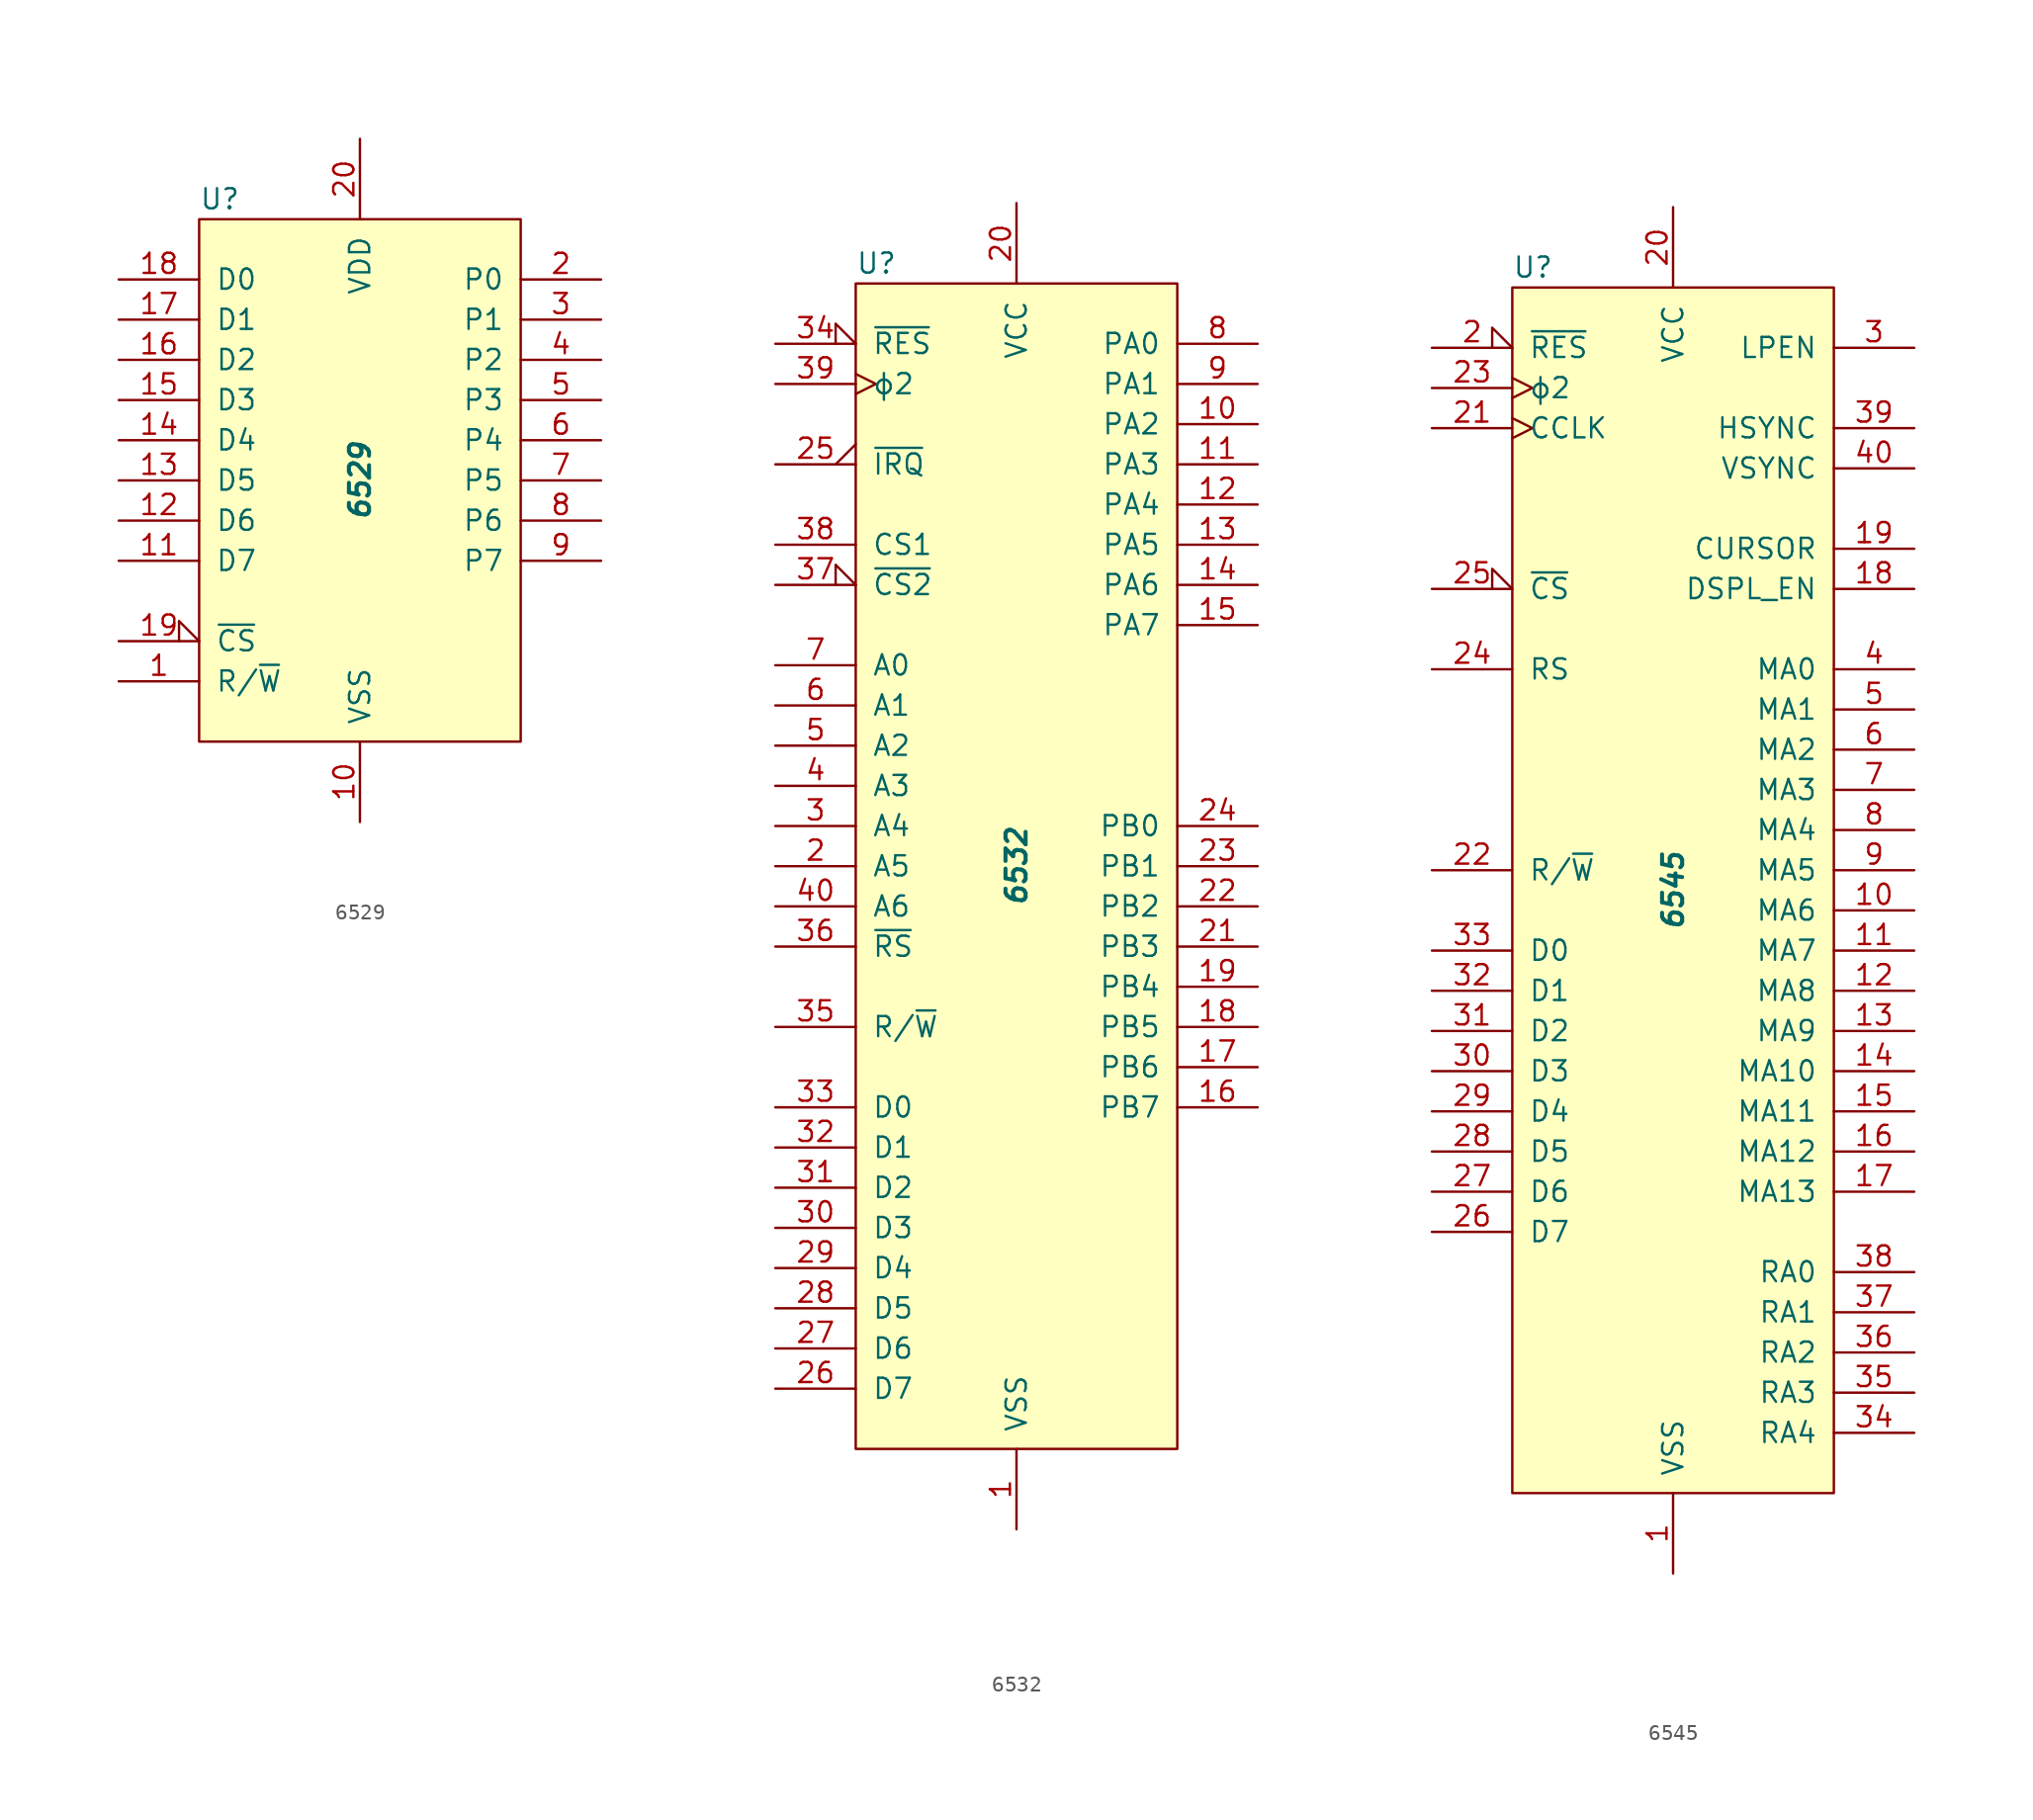
<source format=kicad_sym>
(kicad_symbol_lib
  (version 20201005)
  (generator kicad_symbol_editor)
  (symbol "6529"
    (pin_names
      (offset 1.016))
    (property "Reference" "U"
      (at -10.16 17.78 0)
      (effects (font (size 1.27 1.27)) (justify left)))
    (property "Value" "6529"
      (at 0 0 90)
      (effects (font (size 1.27 1.27) bold italic)))
    (symbol "6529_0_1"
      (rectangle (start -10.16 16.51) (end 10.16 -16.51) (stroke (width 0)) (fill (type background))))
    (symbol "6529_1_1"
      (pin input line (at -15.24 -12.7 0) (length 5.08) (name "R/~W" (effects (font (size 1.27 1.27)))) (number "1" (effects (font (size 1.27 1.27)))))
      (pin power_in line (at 0 -21.59 90) (length 5.08) (name "VSS" (effects (font (size 1.27 1.27)))) (number "10" (effects (font (size 1.27 1.27)))))
      (pin bidirectional line (at -15.24 -5.08 0) (length 5.08) (name "D7" (effects (font (size 1.27 1.27)))) (number "11" (effects (font (size 1.27 1.27)))))
      (pin bidirectional line (at -15.24 -2.54 0) (length 5.08) (name "D6" (effects (font (size 1.27 1.27)))) (number "12" (effects (font (size 1.27 1.27)))))
      (pin bidirectional line (at -15.24 0 0) (length 5.08) (name "D5" (effects (font (size 1.27 1.27)))) (number "13" (effects (font (size 1.27 1.27)))))
      (pin bidirectional line (at -15.24 2.54 0) (length 5.08) (name "D4" (effects (font (size 1.27 1.27)))) (number "14" (effects (font (size 1.27 1.27)))))
      (pin bidirectional line (at -15.24 5.08 0) (length 5.08) (name "D3" (effects (font (size 1.27 1.27)))) (number "15" (effects (font (size 1.27 1.27)))))
      (pin bidirectional line (at -15.24 7.62 0) (length 5.08) (name "D2" (effects (font (size 1.27 1.27)))) (number "16" (effects (font (size 1.27 1.27)))))
      (pin bidirectional line (at -15.24 10.16 0) (length 5.08) (name "D1" (effects (font (size 1.27 1.27)))) (number "17" (effects (font (size 1.27 1.27)))))
      (pin bidirectional line (at -15.24 12.7 0) (length 5.08) (name "D0" (effects (font (size 1.27 1.27)))) (number "18" (effects (font (size 1.27 1.27)))))
      (pin input input_low (at -15.24 -10.16 0) (length 5.08) (name "~CS" (effects (font (size 1.27 1.27)))) (number "19" (effects (font (size 1.27 1.27)))))
      (pin bidirectional line (at 15.24 12.7 180) (length 5.08) (name "P0" (effects (font (size 1.27 1.27)))) (number "2" (effects (font (size 1.27 1.27)))))
      (pin power_in line (at 0 21.59 270) (length 5.08) (name "VDD" (effects (font (size 1.27 1.27)))) (number "20" (effects (font (size 1.27 1.27)))))
      (pin bidirectional line (at 15.24 10.16 180) (length 5.08) (name "P1" (effects (font (size 1.27 1.27)))) (number "3" (effects (font (size 1.27 1.27)))))
      (pin bidirectional line (at 15.24 7.62 180) (length 5.08) (name "P2" (effects (font (size 1.27 1.27)))) (number "4" (effects (font (size 1.27 1.27)))))
      (pin bidirectional line (at 15.24 5.08 180) (length 5.08) (name "P3" (effects (font (size 1.27 1.27)))) (number "5" (effects (font (size 1.27 1.27)))))
      (pin bidirectional line (at 15.24 2.54 180) (length 5.08) (name "P4" (effects (font (size 1.27 1.27)))) (number "6" (effects (font (size 1.27 1.27)))))
      (pin bidirectional line (at 15.24 0 180) (length 5.08) (name "P5" (effects (font (size 1.27 1.27)))) (number "7" (effects (font (size 1.27 1.27)))))
      (pin bidirectional line (at 15.24 -2.54 180) (length 5.08) (name "P6" (effects (font (size 1.27 1.27)))) (number "8" (effects (font (size 1.27 1.27)))))
      (pin bidirectional line (at 15.24 -5.08 180) (length 5.08) (name "P7" (effects (font (size 1.27 1.27)))) (number "9" (effects (font (size 1.27 1.27)))))))
  (symbol "6532"
    (pin_names
      (offset 1.016))
    (property "Reference" "U"
      (at -10.16 38.1 0)
      (effects (font (size 1.27 1.27)) (justify left)))
    (property "Value" "6532"
      (at 0 0 90)
      (effects (font (size 1.27 1.27) bold italic)))
    (symbol "6532_1_1"
      (rectangle (start -10.16 -36.83) (end 10.16 36.83) (stroke (width 0)) (fill (type background)))
      (pin power_in line (at 0 -41.91 90) (length 5.08) (name "VSS" (effects (font (size 1.27 1.27)))) (number "1" (effects (font (size 1.27 1.27)))))
      (pin bidirectional line (at 15.24 27.94 180) (length 5.08) (name "PA2" (effects (font (size 1.27 1.27)))) (number "10" (effects (font (size 1.27 1.27)))))
      (pin bidirectional line (at 15.24 25.4 180) (length 5.08) (name "PA3" (effects (font (size 1.27 1.27)))) (number "11" (effects (font (size 1.27 1.27)))))
      (pin bidirectional line (at 15.24 22.86 180) (length 5.08) (name "PA4" (effects (font (size 1.27 1.27)))) (number "12" (effects (font (size 1.27 1.27)))))
      (pin bidirectional line (at 15.24 20.32 180) (length 5.08) (name "PA5" (effects (font (size 1.27 1.27)))) (number "13" (effects (font (size 1.27 1.27)))))
      (pin bidirectional line (at 15.24 17.78 180) (length 5.08) (name "PA6" (effects (font (size 1.27 1.27)))) (number "14" (effects (font (size 1.27 1.27)))))
      (pin bidirectional line (at 15.24 15.24 180) (length 5.08) (name "PA7" (effects (font (size 1.27 1.27)))) (number "15" (effects (font (size 1.27 1.27)))))
      (pin bidirectional line (at 15.24 -15.24 180) (length 5.08) (name "PB7" (effects (font (size 1.27 1.27)))) (number "16" (effects (font (size 1.27 1.27)))))
      (pin bidirectional line (at 15.24 -12.7 180) (length 5.08) (name "PB6" (effects (font (size 1.27 1.27)))) (number "17" (effects (font (size 1.27 1.27)))))
      (pin bidirectional line (at 15.24 -10.16 180) (length 5.08) (name "PB5" (effects (font (size 1.27 1.27)))) (number "18" (effects (font (size 1.27 1.27)))))
      (pin bidirectional line (at 15.24 -7.62 180) (length 5.08) (name "PB4" (effects (font (size 1.27 1.27)))) (number "19" (effects (font (size 1.27 1.27)))))
      (pin input line (at -15.24 0 0) (length 5.08) (name "A5" (effects (font (size 1.27 1.27)))) (number "2" (effects (font (size 1.27 1.27)))))
      (pin power_in line (at 0 41.91 270) (length 5.08) (name "VCC" (effects (font (size 1.27 1.27)))) (number "20" (effects (font (size 1.27 1.27)))))
      (pin bidirectional line (at 15.24 -5.08 180) (length 5.08) (name "PB3" (effects (font (size 1.27 1.27)))) (number "21" (effects (font (size 1.27 1.27)))))
      (pin bidirectional line (at 15.24 -2.54 180) (length 5.08) (name "PB2" (effects (font (size 1.27 1.27)))) (number "22" (effects (font (size 1.27 1.27)))))
      (pin bidirectional line (at 15.24 0 180) (length 5.08) (name "PB1" (effects (font (size 1.27 1.27)))) (number "23" (effects (font (size 1.27 1.27)))))
      (pin bidirectional line (at 15.24 2.54 180) (length 5.08) (name "PB0" (effects (font (size 1.27 1.27)))) (number "24" (effects (font (size 1.27 1.27)))))
      (pin open_collector output_low (at -15.24 25.4 0) (length 5.08) (name "~IRQ" (effects (font (size 1.27 1.27)))) (number "25" (effects (font (size 1.27 1.27)))))
      (pin bidirectional line (at -15.24 -33.02 0) (length 5.08) (name "D7" (effects (font (size 1.27 1.27)))) (number "26" (effects (font (size 1.27 1.27)))))
      (pin bidirectional line (at -15.24 -30.48 0) (length 5.08) (name "D6" (effects (font (size 1.27 1.27)))) (number "27" (effects (font (size 1.27 1.27)))))
      (pin bidirectional line (at -15.24 -27.94 0) (length 5.08) (name "D5" (effects (font (size 1.27 1.27)))) (number "28" (effects (font (size 1.27 1.27)))))
      (pin bidirectional line (at -15.24 -25.4 0) (length 5.08) (name "D4" (effects (font (size 1.27 1.27)))) (number "29" (effects (font (size 1.27 1.27)))))
      (pin input line (at -15.24 2.54 0) (length 5.08) (name "A4" (effects (font (size 1.27 1.27)))) (number "3" (effects (font (size 1.27 1.27)))))
      (pin bidirectional line (at -15.24 -22.86 0) (length 5.08) (name "D3" (effects (font (size 1.27 1.27)))) (number "30" (effects (font (size 1.27 1.27)))))
      (pin bidirectional line (at -15.24 -20.32 0) (length 5.08) (name "D2" (effects (font (size 1.27 1.27)))) (number "31" (effects (font (size 1.27 1.27)))))
      (pin bidirectional line (at -15.24 -17.78 0) (length 5.08) (name "D1" (effects (font (size 1.27 1.27)))) (number "32" (effects (font (size 1.27 1.27)))))
      (pin bidirectional line (at -15.24 -15.24 0) (length 5.08) (name "D0" (effects (font (size 1.27 1.27)))) (number "33" (effects (font (size 1.27 1.27)))))
      (pin input input_low (at -15.24 33.02 0) (length 5.08) (name "~RES" (effects (font (size 1.27 1.27)))) (number "34" (effects (font (size 1.27 1.27)))))
      (pin input line (at -15.24 -10.16 0) (length 5.08) (name "R/~W" (effects (font (size 1.27 1.27)))) (number "35" (effects (font (size 1.27 1.27)))))
      (pin input line (at -15.24 -5.08 0) (length 5.08) (name "~RS" (effects (font (size 1.27 1.27)))) (number "36" (effects (font (size 1.27 1.27)))))
      (pin input input_low (at -15.24 17.78 0) (length 5.08) (name "~CS2" (effects (font (size 1.27 1.27)))) (number "37" (effects (font (size 1.27 1.27)))))
      (pin input line (at -15.24 20.32 0) (length 5.08) (name "CS1" (effects (font (size 1.27 1.27)))) (number "38" (effects (font (size 1.27 1.27)))))
      (pin input clock (at -15.24 30.48 0) (length 5.08) (name "ϕ2" (effects (font (size 1.27 1.27)))) (number "39" (effects (font (size 1.27 1.27)))))
      (pin input line (at -15.24 5.08 0) (length 5.08) (name "A3" (effects (font (size 1.27 1.27)))) (number "4" (effects (font (size 1.27 1.27)))))
      (pin input line (at -15.24 -2.54 0) (length 5.08) (name "A6" (effects (font (size 1.27 1.27)))) (number "40" (effects (font (size 1.27 1.27)))))
      (pin input line (at -15.24 7.62 0) (length 5.08) (name "A2" (effects (font (size 1.27 1.27)))) (number "5" (effects (font (size 1.27 1.27)))))
      (pin input line (at -15.24 10.16 0) (length 5.08) (name "A1" (effects (font (size 1.27 1.27)))) (number "6" (effects (font (size 1.27 1.27)))))
      (pin input line (at -15.24 12.7 0) (length 5.08) (name "A0" (effects (font (size 1.27 1.27)))) (number "7" (effects (font (size 1.27 1.27)))))
      (pin bidirectional line (at 15.24 33.02 180) (length 5.08) (name "PA0" (effects (font (size 1.27 1.27)))) (number "8" (effects (font (size 1.27 1.27)))))
      (pin bidirectional line (at 15.24 30.48 180) (length 5.08) (name "PA1" (effects (font (size 1.27 1.27)))) (number "9" (effects (font (size 1.27 1.27)))))))
  (symbol "6545"
    (pin_names
      (offset 1.016))
    (property "Reference" "U"
      (at -10.16 39.37 0)
      (effects (font (size 1.27 1.27)) (justify left)))
    (property "Value" "6545"
      (at 0 0 90)
      (effects (font (size 1.27 1.27) bold italic)))
    (symbol "6545_0_1"
      (rectangle (start -10.16 38.1) (end 10.16 -38.1) (stroke (width 0)) (fill (type background))))
    (symbol "6545_1_1"
      (pin power_in line (at 0 -43.18 90) (length 5.08) (name "VSS" (effects (font (size 1.27 1.27)))) (number "1" (effects (font (size 1.27 1.27)))))
      (pin output line (at 15.24 -1.27 180) (length 5.08) (name "MA6" (effects (font (size 1.27 1.27)))) (number "10" (effects (font (size 1.27 1.27)))))
      (pin output line (at 15.24 -3.81 180) (length 5.08) (name "MA7" (effects (font (size 1.27 1.27)))) (number "11" (effects (font (size 1.27 1.27)))))
      (pin output line (at 15.24 -6.35 180) (length 5.08) (name "MA8" (effects (font (size 1.27 1.27)))) (number "12" (effects (font (size 1.27 1.27)))))
      (pin output line (at 15.24 -8.89 180) (length 5.08) (name "MA9" (effects (font (size 1.27 1.27)))) (number "13" (effects (font (size 1.27 1.27)))))
      (pin output line (at 15.24 -11.43 180) (length 5.08) (name "MA10" (effects (font (size 1.27 1.27)))) (number "14" (effects (font (size 1.27 1.27)))))
      (pin output line (at 15.24 -13.97 180) (length 5.08) (name "MA11" (effects (font (size 1.27 1.27)))) (number "15" (effects (font (size 1.27 1.27)))))
      (pin output line (at 15.24 -16.51 180) (length 5.08) (name "MA12" (effects (font (size 1.27 1.27)))) (number "16" (effects (font (size 1.27 1.27)))))
      (pin output line (at 15.24 -19.05 180) (length 5.08) (name "MA13" (effects (font (size 1.27 1.27)))) (number "17" (effects (font (size 1.27 1.27)))))
      (pin output line (at 15.24 19.05 180) (length 5.08) (name "DSPL_EN" (effects (font (size 1.27 1.27)))) (number "18" (effects (font (size 1.27 1.27)))))
      (pin output line (at 15.24 21.59 180) (length 5.08) (name "CURSOR" (effects (font (size 1.27 1.27)))) (number "19" (effects (font (size 1.27 1.27)))))
      (pin input input_low (at -15.24 34.29 0) (length 5.08) (name "~RES" (effects (font (size 1.27 1.27)))) (number "2" (effects (font (size 1.27 1.27)))))
      (pin power_in line (at 0 43.18 270) (length 5.08) (name "VCC" (effects (font (size 1.27 1.27)))) (number "20" (effects (font (size 1.27 1.27)))))
      (pin input clock (at -15.24 29.21 0) (length 5.08) (name "CCLK" (effects (font (size 1.27 1.27)))) (number "21" (effects (font (size 1.27 1.27)))))
      (pin input line (at -15.24 1.27 0) (length 5.08) (name "R/~W" (effects (font (size 1.27 1.27)))) (number "22" (effects (font (size 1.27 1.27)))))
      (pin input clock (at -15.24 31.75 0) (length 5.08) (name "ϕ2" (effects (font (size 1.27 1.27)))) (number "23" (effects (font (size 1.27 1.27)))))
      (pin input line (at -15.24 13.97 0) (length 5.08) (name "RS" (effects (font (size 1.27 1.27)))) (number "24" (effects (font (size 1.27 1.27)))))
      (pin input input_low (at -15.24 19.05 0) (length 5.08) (name "~CS" (effects (font (size 1.27 1.27)))) (number "25" (effects (font (size 1.27 1.27)))))
      (pin bidirectional line (at -15.24 -21.59 0) (length 5.08) (name "D7" (effects (font (size 1.27 1.27)))) (number "26" (effects (font (size 1.27 1.27)))))
      (pin bidirectional line (at -15.24 -19.05 0) (length 5.08) (name "D6" (effects (font (size 1.27 1.27)))) (number "27" (effects (font (size 1.27 1.27)))))
      (pin bidirectional line (at -15.24 -16.51 0) (length 5.08) (name "D5" (effects (font (size 1.27 1.27)))) (number "28" (effects (font (size 1.27 1.27)))))
      (pin bidirectional line (at -15.24 -13.97 0) (length 5.08) (name "D4" (effects (font (size 1.27 1.27)))) (number "29" (effects (font (size 1.27 1.27)))))
      (pin input line (at 15.24 34.29 180) (length 5.08) (name "LPEN" (effects (font (size 1.27 1.27)))) (number "3" (effects (font (size 1.27 1.27)))))
      (pin bidirectional line (at -15.24 -11.43 0) (length 5.08) (name "D3" (effects (font (size 1.27 1.27)))) (number "30" (effects (font (size 1.27 1.27)))))
      (pin bidirectional line (at -15.24 -8.89 0) (length 5.08) (name "D2" (effects (font (size 1.27 1.27)))) (number "31" (effects (font (size 1.27 1.27)))))
      (pin bidirectional line (at -15.24 -6.35 0) (length 5.08) (name "D1" (effects (font (size 1.27 1.27)))) (number "32" (effects (font (size 1.27 1.27)))))
      (pin bidirectional line (at -15.24 -3.81 0) (length 5.08) (name "D0" (effects (font (size 1.27 1.27)))) (number "33" (effects (font (size 1.27 1.27)))))
      (pin output line (at 15.24 -34.29 180) (length 5.08) (name "RA4" (effects (font (size 1.27 1.27)))) (number "34" (effects (font (size 1.27 1.27)))))
      (pin output line (at 15.24 -31.75 180) (length 5.08) (name "RA3" (effects (font (size 1.27 1.27)))) (number "35" (effects (font (size 1.27 1.27)))))
      (pin output line (at 15.24 -29.21 180) (length 5.08) (name "RA2" (effects (font (size 1.27 1.27)))) (number "36" (effects (font (size 1.27 1.27)))))
      (pin output line (at 15.24 -26.67 180) (length 5.08) (name "RA1" (effects (font (size 1.27 1.27)))) (number "37" (effects (font (size 1.27 1.27)))))
      (pin output line (at 15.24 -24.13 180) (length 5.08) (name "RA0" (effects (font (size 1.27 1.27)))) (number "38" (effects (font (size 1.27 1.27)))))
      (pin output line (at 15.24 29.21 180) (length 5.08) (name "HSYNC" (effects (font (size 1.27 1.27)))) (number "39" (effects (font (size 1.27 1.27)))))
      (pin output line (at 15.24 13.97 180) (length 5.08) (name "MA0" (effects (font (size 1.27 1.27)))) (number "4" (effects (font (size 1.27 1.27)))))
      (pin output line (at 15.24 26.67 180) (length 5.08) (name "VSYNC" (effects (font (size 1.27 1.27)))) (number "40" (effects (font (size 1.27 1.27)))))
      (pin output line (at 15.24 11.43 180) (length 5.08) (name "MA1" (effects (font (size 1.27 1.27)))) (number "5" (effects (font (size 1.27 1.27)))))
      (pin output line (at 15.24 8.89 180) (length 5.08) (name "MA2" (effects (font (size 1.27 1.27)))) (number "6" (effects (font (size 1.27 1.27)))))
      (pin output line (at 15.24 6.35 180) (length 5.08) (name "MA3" (effects (font (size 1.27 1.27)))) (number "7" (effects (font (size 1.27 1.27)))))
      (pin output line (at 15.24 3.81 180) (length 5.08) (name "MA4" (effects (font (size 1.27 1.27)))) (number "8" (effects (font (size 1.27 1.27)))))
      (pin output line (at 15.24 1.27 180) (length 5.08) (name "MA5" (effects (font (size 1.27 1.27)))) (number "9" (effects (font (size 1.27 1.27))))))))
</source>
